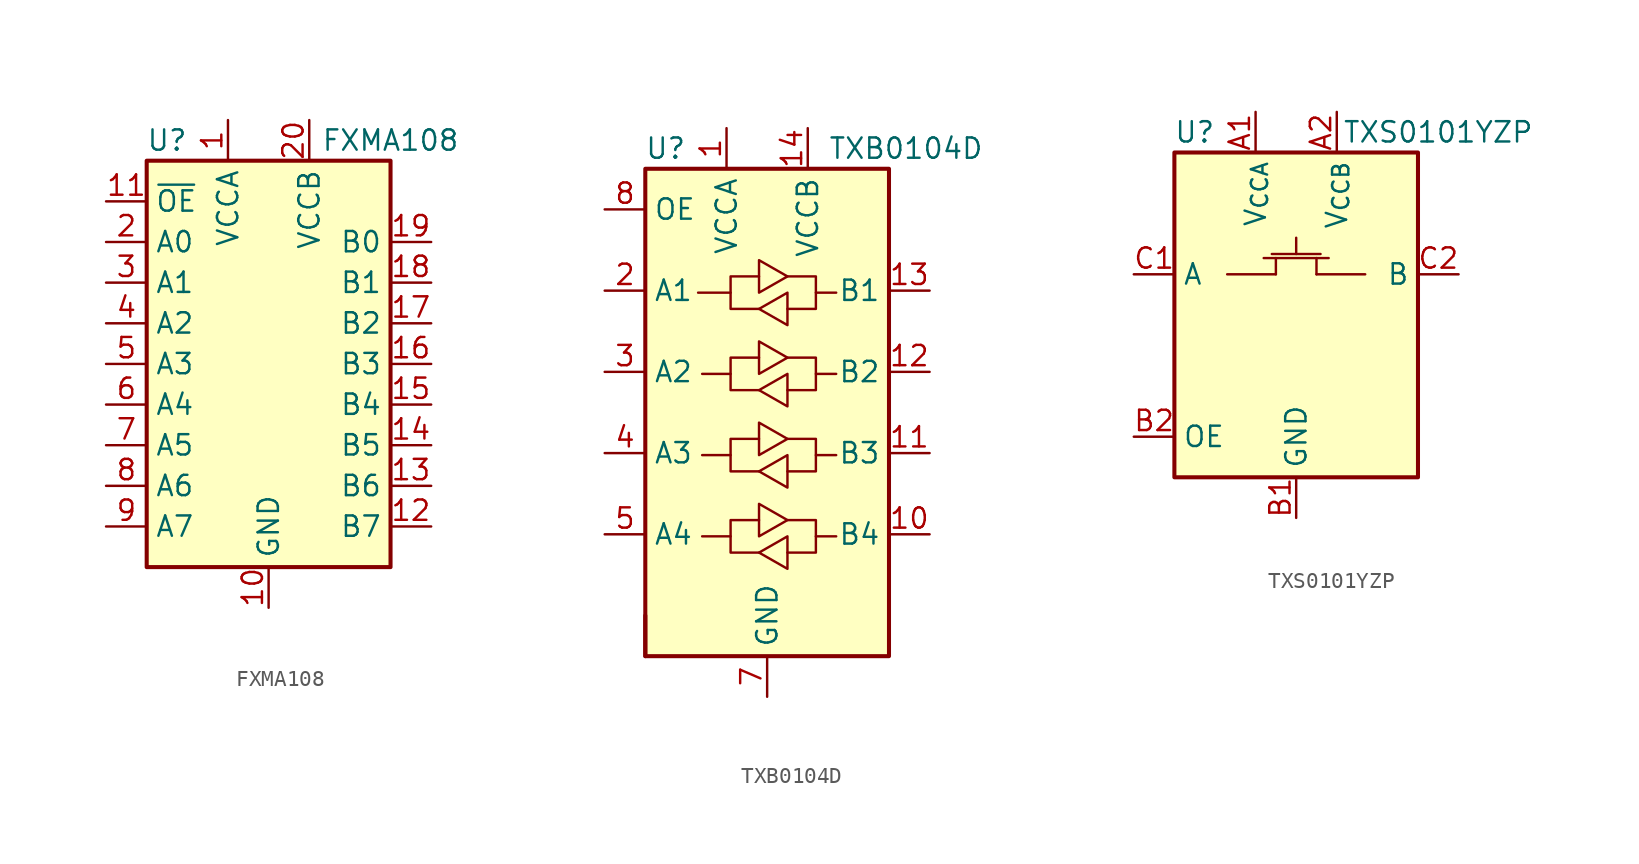
<source format=kicad_sym>
(kicad_symbol_lib
  (version 20211014)
  (generator kicad_symbol_editor)
  (symbol "FXMA108"
    (property "Reference" "U"
      (at -6.35 13.97 0)
      (effects (font (size 1.27 1.27))))
    (property "Value" "FXMA108"
      (at 7.62 13.97 0)
      (effects (font (size 1.27 1.27))))
    (symbol "FXMA108_1_1"
      (rectangle (start -7.62 12.7) (end 7.62 -12.7) (stroke (width 0.254) (type default) (color 0 0 0 0)) (fill (type background)))
      (pin power_in line (at -2.54 15.24 270) (length 2.54) (name "VCCA" (effects (font (size 1.27 1.27)))) (number "1" (effects (font (size 1.27 1.27)))))
      (pin power_in line (at 0 -15.24 90) (length 2.54) (name "GND" (effects (font (size 1.27 1.27)))) (number "10" (effects (font (size 1.27 1.27)))))
      (pin input line (at -10.16 10.16 0) (length 2.54) (name "~{OE}" (effects (font (size 1.27 1.27)))) (number "11" (effects (font (size 1.27 1.27)))))
      (pin bidirectional line (at 10.16 -10.16 180) (length 2.54) (name "B7" (effects (font (size 1.27 1.27)))) (number "12" (effects (font (size 1.27 1.27)))))
      (pin bidirectional line (at 10.16 -7.62 180) (length 2.54) (name "B6" (effects (font (size 1.27 1.27)))) (number "13" (effects (font (size 1.27 1.27)))))
      (pin bidirectional line (at 10.16 -5.08 180) (length 2.54) (name "B5" (effects (font (size 1.27 1.27)))) (number "14" (effects (font (size 1.27 1.27)))))
      (pin bidirectional line (at 10.16 -2.54 180) (length 2.54) (name "B4" (effects (font (size 1.27 1.27)))) (number "15" (effects (font (size 1.27 1.27)))))
      (pin bidirectional line (at 10.16 0 180) (length 2.54) (name "B3" (effects (font (size 1.27 1.27)))) (number "16" (effects (font (size 1.27 1.27)))))
      (pin bidirectional line (at 10.16 2.54 180) (length 2.54) (name "B2" (effects (font (size 1.27 1.27)))) (number "17" (effects (font (size 1.27 1.27)))))
      (pin bidirectional line (at 10.16 5.08 180) (length 2.54) (name "B1" (effects (font (size 1.27 1.27)))) (number "18" (effects (font (size 1.27 1.27)))))
      (pin bidirectional line (at 10.16 7.62 180) (length 2.54) (name "B0" (effects (font (size 1.27 1.27)))) (number "19" (effects (font (size 1.27 1.27)))))
      (pin bidirectional line (at -10.16 7.62 0) (length 2.54) (name "A0" (effects (font (size 1.27 1.27)))) (number "2" (effects (font (size 1.27 1.27)))))
      (pin power_in line (at 2.54 15.24 270) (length 2.54) (name "VCCB" (effects (font (size 1.27 1.27)))) (number "20" (effects (font (size 1.27 1.27)))))
      (pin no_connect line (at 2.54 -12.7 90) (length 2.54) hide (name "NC" (effects (font (size 1.27 1.27)))) (number "21" (effects (font (size 1.27 1.27)))))
      (pin bidirectional line (at -10.16 5.08 0) (length 2.54) (name "A1" (effects (font (size 1.27 1.27)))) (number "3" (effects (font (size 1.27 1.27)))))
      (pin bidirectional line (at -10.16 2.54 0) (length 2.54) (name "A2" (effects (font (size 1.27 1.27)))) (number "4" (effects (font (size 1.27 1.27)))))
      (pin bidirectional line (at -10.16 0 0) (length 2.54) (name "A3" (effects (font (size 1.27 1.27)))) (number "5" (effects (font (size 1.27 1.27)))))
      (pin bidirectional line (at -10.16 -2.54 0) (length 2.54) (name "A4" (effects (font (size 1.27 1.27)))) (number "6" (effects (font (size 1.27 1.27)))))
      (pin bidirectional line (at -10.16 -5.08 0) (length 2.54) (name "A5" (effects (font (size 1.27 1.27)))) (number "7" (effects (font (size 1.27 1.27)))))
      (pin bidirectional line (at -10.16 -7.62 0) (length 2.54) (name "A6" (effects (font (size 1.27 1.27)))) (number "8" (effects (font (size 1.27 1.27)))))
      (pin bidirectional line (at -10.16 -10.16 0) (length 2.54) (name "A7" (effects (font (size 1.27 1.27)))) (number "9" (effects (font (size 1.27 1.27)))))))
  (symbol "TXB0104D"
    (property "Reference" "U"
      (at -6.35 16.51 0)
      (effects (font (size 1.27 1.27))))
    (property "Value" "TXB0104D"
      (at 3.81 16.51 0)
      (effects (font (size 1.27 1.27)) (justify left)))
    (symbol "TXB0104D_0_1"
      (rectangle (start -7.62 -15.24) (end -7.62 -12.7) (stroke (width 0.254) (type default) (color 0 0 0 0)) (fill (type none)))
      (rectangle (start -7.62 15.24) (end 7.62 -15.24) (stroke (width 0.254) (type default) (color 0 0 0 0)) (fill (type background)))
      (polyline (pts (xy -2.286 -7.747) (xy -2.286 -6.731) (xy -0.508 -6.731)) (stroke (width 0) (type default) (color 0 0 0 0)) (fill (type none)))
      (polyline (pts (xy -2.286 -2.667) (xy -2.286 -1.651) (xy -0.508 -1.651)) (stroke (width 0) (type default) (color 0 0 0 0)) (fill (type none)))
      (polyline (pts (xy -2.286 2.413) (xy -2.286 3.429) (xy -0.508 3.429)) (stroke (width 0) (type default) (color 0 0 0 0)) (fill (type none)))
      (polyline (pts (xy -2.286 7.493) (xy -2.286 8.509) (xy -0.508 8.509)) (stroke (width 0) (type default) (color 0 0 0 0)) (fill (type none)))
      (polyline (pts (xy 3.048 -7.747) (xy 3.048 -8.763) (xy 1.27 -8.763)) (stroke (width 0) (type default) (color 0 0 0 0)) (fill (type none)))
      (polyline (pts (xy 3.048 -2.667) (xy 3.048 -3.683) (xy 1.27 -3.683)) (stroke (width 0) (type default) (color 0 0 0 0)) (fill (type none)))
      (polyline (pts (xy 3.048 2.413) (xy 3.048 1.397) (xy 1.27 1.397)) (stroke (width 0) (type default) (color 0 0 0 0)) (fill (type none)))
      (polyline (pts (xy 3.048 7.493) (xy 3.048 6.477) (xy 1.27 6.477)) (stroke (width 0) (type default) (color 0 0 0 0)) (fill (type none)))
      (polyline (pts (xy -0.508 -8.763) (xy -2.286 -8.763) (xy -2.286 -7.747) (xy -4.064 -7.747)) (stroke (width 0) (type default) (color 0 0 0 0)) (fill (type none)))
      (polyline (pts (xy -0.508 -8.763) (xy 1.27 -7.747) (xy 1.27 -9.779) (xy -0.508 -8.763)) (stroke (width 0) (type default) (color 0 0 0 0)) (fill (type none)))
      (polyline (pts (xy -0.508 -3.683) (xy -2.286 -3.683) (xy -2.286 -2.667) (xy -4.064 -2.667)) (stroke (width 0) (type default) (color 0 0 0 0)) (fill (type none)))
      (polyline (pts (xy -0.508 -3.683) (xy 1.27 -2.667) (xy 1.27 -4.699) (xy -0.508 -3.683)) (stroke (width 0) (type default) (color 0 0 0 0)) (fill (type none)))
      (polyline (pts (xy -0.508 1.397) (xy -2.286 1.397) (xy -2.286 2.413) (xy -4.064 2.413)) (stroke (width 0) (type default) (color 0 0 0 0)) (fill (type none)))
      (polyline (pts (xy -0.508 1.397) (xy 1.27 2.413) (xy 1.27 0.381) (xy -0.508 1.397)) (stroke (width 0) (type default) (color 0 0 0 0)) (fill (type none)))
      (polyline (pts (xy -0.508 6.477) (xy -2.286 6.477) (xy -2.286 7.493) (xy -4.318 7.493)) (stroke (width 0) (type default) (color 0 0 0 0)) (fill (type none)))
      (polyline (pts (xy -0.508 6.477) (xy 1.27 7.493) (xy 1.27 5.461) (xy -0.508 6.477)) (stroke (width 0) (type default) (color 0 0 0 0)) (fill (type none)))
      (polyline (pts (xy 1.27 -6.731) (xy -0.508 -7.747) (xy -0.508 -5.715) (xy 1.27 -6.731)) (stroke (width 0) (type default) (color 0 0 0 0)) (fill (type none)))
      (polyline (pts (xy 1.27 -6.731) (xy 3.048 -6.731) (xy 3.048 -7.747) (xy 4.318 -7.747)) (stroke (width 0) (type default) (color 0 0 0 0)) (fill (type none)))
      (polyline (pts (xy 1.27 -1.651) (xy -0.508 -2.667) (xy -0.508 -0.635) (xy 1.27 -1.651)) (stroke (width 0) (type default) (color 0 0 0 0)) (fill (type none)))
      (polyline (pts (xy 1.27 -1.651) (xy 3.048 -1.651) (xy 3.048 -2.667) (xy 4.318 -2.667)) (stroke (width 0) (type default) (color 0 0 0 0)) (fill (type none)))
      (polyline (pts (xy 1.27 3.429) (xy -0.508 2.413) (xy -0.508 4.445) (xy 1.27 3.429)) (stroke (width 0) (type default) (color 0 0 0 0)) (fill (type none)))
      (polyline (pts (xy 1.27 3.429) (xy 3.048 3.429) (xy 3.048 2.413) (xy 4.318 2.413)) (stroke (width 0) (type default) (color 0 0 0 0)) (fill (type none)))
      (polyline (pts (xy 1.27 8.509) (xy -0.508 7.493) (xy -0.508 9.525) (xy 1.27 8.509)) (stroke (width 0) (type default) (color 0 0 0 0)) (fill (type none)))
      (polyline (pts (xy 1.27 8.509) (xy 3.048 8.509) (xy 3.048 7.493) (xy 4.318 7.493)) (stroke (width 0) (type default) (color 0 0 0 0)) (fill (type none))))
    (symbol "TXB0104D_1_1"
      (pin power_in line (at -2.54 17.78 270) (length 2.54) (name "VCCA" (effects (font (size 1.27 1.27)))) (number "1" (effects (font (size 1.27 1.27)))))
      (pin bidirectional line (at 10.16 -7.62 180) (length 2.54) (name "B4" (effects (font (size 1.27 1.27)))) (number "10" (effects (font (size 1.27 1.27)))))
      (pin bidirectional line (at 10.16 -2.54 180) (length 2.54) (name "B3" (effects (font (size 1.27 1.27)))) (number "11" (effects (font (size 1.27 1.27)))))
      (pin bidirectional line (at 10.16 2.54 180) (length 2.54) (name "B2" (effects (font (size 1.27 1.27)))) (number "12" (effects (font (size 1.27 1.27)))))
      (pin bidirectional line (at 10.16 7.62 180) (length 2.54) (name "B1" (effects (font (size 1.27 1.27)))) (number "13" (effects (font (size 1.27 1.27)))))
      (pin power_in line (at 2.54 17.78 270) (length 2.54) (name "VCCB" (effects (font (size 1.27 1.27)))) (number "14" (effects (font (size 1.27 1.27)))))
      (pin bidirectional line (at -10.16 7.62 0) (length 2.54) (name "A1" (effects (font (size 1.27 1.27)))) (number "2" (effects (font (size 1.27 1.27)))))
      (pin bidirectional line (at -10.16 2.54 0) (length 2.54) (name "A2" (effects (font (size 1.27 1.27)))) (number "3" (effects (font (size 1.27 1.27)))))
      (pin bidirectional line (at -10.16 -2.54 0) (length 2.54) (name "A3" (effects (font (size 1.27 1.27)))) (number "4" (effects (font (size 1.27 1.27)))))
      (pin bidirectional line (at -10.16 -7.62 0) (length 2.54) (name "A4" (effects (font (size 1.27 1.27)))) (number "5" (effects (font (size 1.27 1.27)))))
      (pin no_connect line (at -7.62 -12.7 0) (length 2.54) hide (name "NC" (effects (font (size 1.27 1.27)))) (number "6" (effects (font (size 1.27 1.27)))))
      (pin power_in line (at 0 -17.78 90) (length 2.54) (name "GND" (effects (font (size 1.27 1.27)))) (number "7" (effects (font (size 1.27 1.27)))))
      (pin input line (at -10.16 12.7 0) (length 2.54) (name "OE" (effects (font (size 1.27 1.27)))) (number "8" (effects (font (size 1.27 1.27)))))
      (pin no_connect line (at 7.62 -12.7 180) (length 2.54) hide (name "NC" (effects (font (size 1.27 1.27)))) (number "9" (effects (font (size 1.27 1.27)))))))
  (symbol "TXS0101YZP"
    (property "Reference" "U"
      (at -6.35 11.43 0)
      (effects (font (size 1.27 1.27))))
    (property "Value" "TXS0101YZP"
      (at 8.89 11.43 0)
      (effects (font (size 1.27 1.27))))
    (symbol "TXS0101YZP_0_1"
      (rectangle (start -7.62 10.16) (end 7.62 -10.16) (stroke (width 0.254) (type default) (color 0 0 0 0)) (fill (type background))))
    (symbol "TXS0101YZP_1_1"
      (polyline (pts (xy -4.318 2.54) (xy -1.27 2.54)) (stroke (width 0) (type default) (color 0 0 0 0)) (fill (type none)))
      (polyline (pts (xy -2.032 3.556) (xy 2.032 3.556)) (stroke (width 0) (type default) (color 0 0 0 0)) (fill (type none)))
      (polyline (pts (xy -1.524 3.81) (xy 1.524 3.81)) (stroke (width 0) (type default) (color 0 0 0 0)) (fill (type none)))
      (polyline (pts (xy -1.27 2.54) (xy -1.27 3.556)) (stroke (width 0) (type default) (color 0 0 0 0)) (fill (type none)))
      (polyline (pts (xy 0 3.81) (xy 0 4.826)) (stroke (width 0) (type default) (color 0 0 0 0)) (fill (type none)))
      (polyline (pts (xy 1.27 2.54) (xy 1.27 3.556)) (stroke (width 0) (type default) (color 0 0 0 0)) (fill (type none)))
      (polyline (pts (xy 4.318 2.54) (xy 1.27 2.54)) (stroke (width 0) (type default) (color 0 0 0 0)) (fill (type none)))
      (pin power_in line (at -2.54 12.7 270) (length 2.54) (name "V_{CCA}" (effects (font (size 1.27 1.27)))) (number "A1" (effects (font (size 1.27 1.27)))))
      (pin power_in line (at 2.54 12.7 270) (length 2.54) (name "V_{CCB}" (effects (font (size 1.27 1.27)))) (number "A2" (effects (font (size 1.27 1.27)))))
      (pin power_in line (at 0 -12.7 90) (length 2.54) (name "GND" (effects (font (size 1.27 1.27)))) (number "B1" (effects (font (size 1.27 1.27)))))
      (pin input line (at -10.16 -7.62 0) (length 2.54) (name "OE" (effects (font (size 1.27 1.27)))) (number "B2" (effects (font (size 1.27 1.27)))))
      (pin bidirectional line (at -10.16 2.54 0) (length 2.54) (name "A" (effects (font (size 1.27 1.27)))) (number "C1" (effects (font (size 1.27 1.27)))))
      (pin bidirectional line (at 10.16 2.54 180) (length 2.54) (name "B" (effects (font (size 1.27 1.27)))) (number "C2" (effects (font (size 1.27 1.27))))))))
</source>
